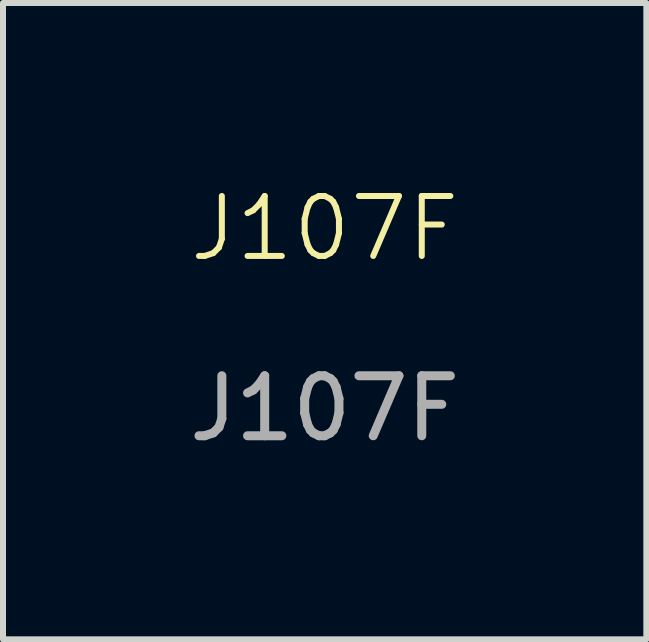
<source format=kicad_pcb>
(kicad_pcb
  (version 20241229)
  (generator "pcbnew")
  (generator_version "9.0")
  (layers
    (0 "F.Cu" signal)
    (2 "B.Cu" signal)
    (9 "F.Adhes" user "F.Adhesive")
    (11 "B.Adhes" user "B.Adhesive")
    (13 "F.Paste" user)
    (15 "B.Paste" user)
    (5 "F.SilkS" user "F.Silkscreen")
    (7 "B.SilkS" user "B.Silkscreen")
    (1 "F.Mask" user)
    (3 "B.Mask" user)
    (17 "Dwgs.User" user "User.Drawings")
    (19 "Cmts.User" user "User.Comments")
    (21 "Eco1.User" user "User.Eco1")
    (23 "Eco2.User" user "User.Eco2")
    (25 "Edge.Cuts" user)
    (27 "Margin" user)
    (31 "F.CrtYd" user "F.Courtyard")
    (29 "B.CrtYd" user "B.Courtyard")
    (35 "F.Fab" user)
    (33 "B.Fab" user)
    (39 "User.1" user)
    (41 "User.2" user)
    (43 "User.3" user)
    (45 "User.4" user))
  (footprint "J107F"
    (layer "F.Cu")
    (at 2.363 1.26)
    (property "Reference" "J107F" (at 0 -0.5 0) (unlocked yes) (layer "F.SilkS") (effects (font (size 1 1) (thickness 0.1))))
    (attr through_hole)
    (fp_text user "${REFERENCE}" (at 0 2.5 0) (unlocked yes) (layer "F.Fab") (effects (font (size 1 1) (thickness 0.15)))))
  (gr_rect
    (start -3 -3)
    (end 7.726 7.609)
    (stroke (width 0.1) (type default))
    (fill no)
    (layer "Edge.Cuts")))
</source>
